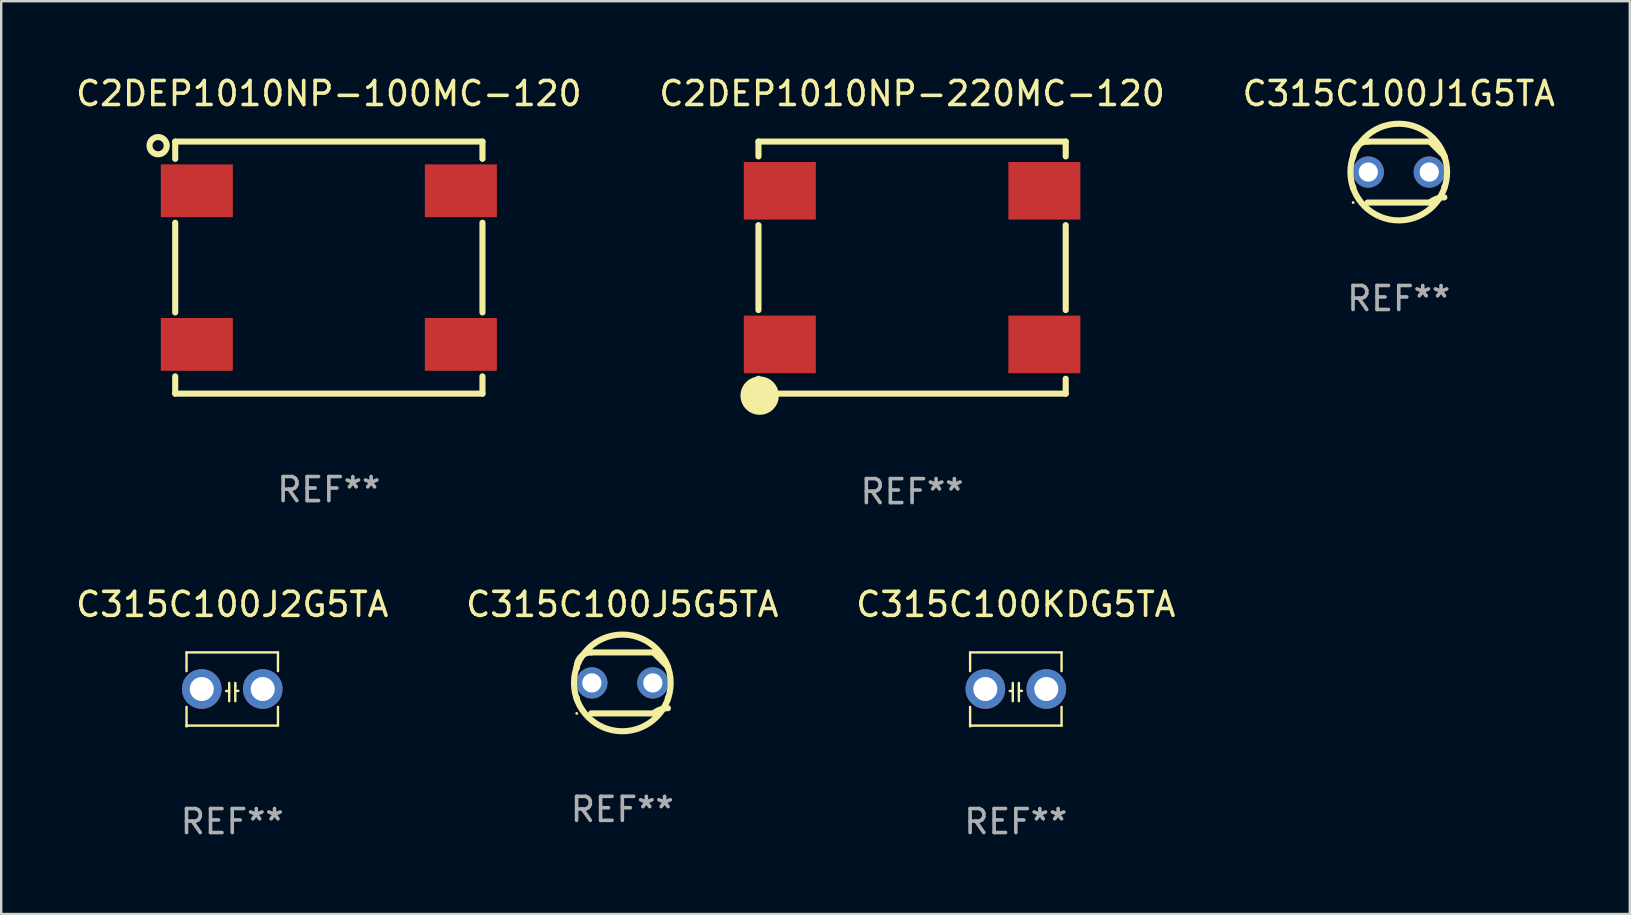
<source format=kicad_pcb>
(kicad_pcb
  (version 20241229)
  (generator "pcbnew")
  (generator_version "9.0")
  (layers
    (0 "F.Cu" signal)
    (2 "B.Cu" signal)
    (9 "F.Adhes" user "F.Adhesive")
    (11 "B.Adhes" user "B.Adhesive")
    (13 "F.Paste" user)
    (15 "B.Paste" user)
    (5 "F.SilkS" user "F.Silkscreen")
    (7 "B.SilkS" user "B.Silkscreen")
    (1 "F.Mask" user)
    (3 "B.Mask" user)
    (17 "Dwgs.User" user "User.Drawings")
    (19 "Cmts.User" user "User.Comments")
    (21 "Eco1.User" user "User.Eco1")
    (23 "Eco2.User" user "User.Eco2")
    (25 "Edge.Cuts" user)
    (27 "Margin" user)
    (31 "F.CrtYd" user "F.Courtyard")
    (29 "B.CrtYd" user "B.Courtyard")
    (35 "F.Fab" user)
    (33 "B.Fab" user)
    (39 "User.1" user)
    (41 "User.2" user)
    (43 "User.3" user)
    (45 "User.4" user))
  (footprint "C315C100J5G5TA"
    (layer "F.Cu")
    (at 22.875 25.399)
    (property "Reference" "C315C100J5G5TA" (at 0 -3.27 0) (layer "F.SilkS") (effects (font (size 1 1) (thickness 0.15))))
    (attr through_hole)
    (fp_line (start -1.9 -0.615) (end -1.9 -0.668) (stroke (width 0.254) (type solid)) (layer "F.SilkS"))
    (fp_line (start -1.9 0.668) (end -1.9 0.615) (stroke (width 0.254) (type solid)) (layer "F.SilkS"))
    (fp_line (start -1.298 1.27) (end 1.298 1.27) (stroke (width 0.254) (type solid)) (layer "F.SilkS"))
    (fp_line (start -1.298 -1.27) (end 1.298 -1.27) (stroke (width 0.254) (type solid)) (layer "F.SilkS"))
    (fp_line (start 1.9 -0.668) (end 1.9 -0.615) (stroke (width 0.254) (type solid)) (layer "F.SilkS"))
    (fp_line (start 1.9 0.615) (end 1.9 0.668) (stroke (width 0.254) (type solid)) (layer "F.SilkS"))
    (fp_arc (start -1.900025 0.667602) (mid 1.900003 -0.66758) (end -1.900025 0.667602) (stroke (width 0.254001) (type solid)) (layer "F.SilkS"))
    (fp_arc (start -1.9 -0.667602) (mid -1.723557 -1.093572) (end -1.297587 -1.270015) (stroke (width 0.254001) (type solid)) (layer "F.SilkS"))
    (fp_arc (start 1.297587 1.26999) (mid 1.579878 1.109027) (end 1.9 1.053172) (stroke (width 0.254001) (type solid)) (layer "F.SilkS"))
    (fp_arc (start 1.297611 -1.270042) (mid 1.598991 -0.969008) (end 1.900025 -0.667628) (stroke (width 0.254001) (type solid)) (layer "F.SilkS"))
    (fp_circle (center -1.9 1.27) (end -1.87 1.27) (stroke (width 0.06) (type solid)) (fill no) (layer "F.SilkS"))
    (fp_text user "REF**" (at 0 5.27 0) (layer "F.Fab") (effects (font (size 1 1) (thickness 0.15))))
    (pad "1" thru_hole circle (at -1.27 -0.000013) (size 1.3 1.3) (drill 0.8) (layers "*.Cu" "*.Mask"))
    (pad "2" thru_hole circle (at 1.27 -0.000013) (size 1.3 1.3) (drill 0.8) (layers "*.Cu" "*.Mask")))
  (footprint "C2DEP1010NP-100MC-120"
    (layer "F.Cu")
    (at 10.649 8.098)
    (property "Reference" "C2DEP1010NP-100MC-120" (at 0 -7.25 0) (layer "F.SilkS") (effects (font (size 1 1) (thickness 0.15))))
    (attr through_hole)
    (fp_line (start -6.4 -5.25) (end -6.4 -4.531) (stroke (width 0.254) (type solid)) (layer "F.SilkS"))
    (fp_line (start -6.4 -5.25) (end 6.4 -5.25) (stroke (width 0.254) (type solid)) (layer "F.SilkS"))
    (fp_line (start -6.4 -1.869) (end -6.4 1.869) (stroke (width 0.254) (type solid)) (layer "F.SilkS"))
    (fp_line (start -6.4 4.531) (end -6.4 5.25) (stroke (width 0.254) (type solid)) (layer "F.SilkS"))
    (fp_line (start 6.4 -4.531) (end 6.4 -5.25) (stroke (width 0.254) (type solid)) (layer "F.SilkS"))
    (fp_line (start 6.4 1.869) (end 6.4 -1.869) (stroke (width 0.254) (type solid)) (layer "F.SilkS"))
    (fp_line (start 6.4 5.25) (end -6.4 5.25) (stroke (width 0.254) (type solid)) (layer "F.SilkS"))
    (fp_line (start 6.4 5.25) (end 6.4 4.531) (stroke (width 0.254) (type solid)) (layer "F.SilkS"))
    (fp_circle (center -7.112 -5.08) (end -6.753 -5.08) (stroke (width 0.254) (type solid)) (fill no) (layer "F.SilkS"))
    (fp_circle (center -6.4 -5.25) (end -6.37 -5.25) (stroke (width 0.06) (type solid)) (fill no) (layer "F.SilkS"))
    (fp_text user "REF**" (at 0 9.25 0) (layer "F.Fab") (effects (font (size 1 1) (thickness 0.15))))
    (pad "1" smd rect (at -5.5 -3.2 90) (size 2.2 3) (layers "F.Cu" "F.Mask" "F.Paste"))
    (pad "2" smd rect (at -5.5 3.2 90) (size 2.2 3) (layers "F.Cu" "F.Mask" "F.Paste"))
    (pad "3" smd rect (at 5.5 3.2 90) (size 2.2 3) (layers "F.Cu" "F.Mask" "F.Paste"))
    (pad "4" smd rect (at 5.5 -3.2 90) (size 2.2 3) (layers "F.Cu" "F.Mask" "F.Paste")))
  (footprint "C315C100J2G5TA"
    (layer "F.Cu")
    (at 6.625 25.653)
    (property "Reference" "C315C100J2G5TA" (at 0 -3.524 0) (layer "F.SilkS") (effects (font (size 1 1) (thickness 0.15))))
    (attr through_hole)
    (fp_line (start -1.905 -1.524) (end -1.905 -0.745) (stroke (width 0.1) (type solid)) (layer "F.SilkS"))
    (fp_line (start -1.905 0.745) (end -1.905 1.524) (stroke (width 0.1) (type solid)) (layer "F.SilkS"))
    (fp_line (start -1.905 1.524) (end 1.905 1.524) (stroke (width 0.1) (type solid)) (layer "F.SilkS"))
    (fp_line (start -0.127 -0.254) (end -0.127 0.508) (stroke (width 0.1) (type solid)) (layer "F.SilkS"))
    (fp_line (start -0.127 0.082) (end -0.254 0.082) (stroke (width 0.1) (type solid)) (layer "F.SilkS"))
    (fp_line (start 0.127 -0.127) (end 0.127 -0.254) (stroke (width 0.1) (type solid)) (layer "F.SilkS"))
    (fp_line (start 0.127 -0.127) (end 0.127 0.508) (stroke (width 0.1) (type solid)) (layer "F.SilkS"))
    (fp_line (start 0.127 0.077) (end 0.254 0.077) (stroke (width 0.1) (type solid)) (layer "F.SilkS"))
    (fp_line (start 1.905 -1.524) (end -1.905 -1.524) (stroke (width 0.1) (type solid)) (layer "F.SilkS"))
    (fp_line (start 1.905 -0.745) (end 1.905 -1.524) (stroke (width 0.1) (type solid)) (layer "F.SilkS"))
    (fp_line (start 1.905 1.524) (end 1.905 0.745) (stroke (width 0.1) (type solid)) (layer "F.SilkS"))
    (fp_circle (center -1.9 1.55) (end -1.87 1.55) (stroke (width 0.06) (type solid)) (fill no) (layer "F.SilkS"))
    (fp_text user "REF**" (at 0 5.524 0) (layer "F.Fab") (effects (font (size 1 1) (thickness 0.15))))
    (pad "1" thru_hole circle (at -1.27 0) (size 1.65 1.65) (drill 1) (layers "*.Cu" "*.Mask"))
    (pad "2" thru_hole circle (at 1.27 0) (size 1.65 1.65) (drill 1) (layers "*.Cu" "*.Mask")))
  (footprint "C315C100J1G5TA"
    (layer "F.Cu")
    (at 55.22 4.118)
    (property "Reference" "C315C100J1G5TA" (at 0 -3.27 0) (layer "F.SilkS") (effects (font (size 1 1) (thickness 0.15))))
    (attr through_hole)
    (fp_line (start -1.9 -0.615) (end -1.9 -0.668) (stroke (width 0.254) (type solid)) (layer "F.SilkS"))
    (fp_line (start -1.9 0.668) (end -1.9 0.615) (stroke (width 0.254) (type solid)) (layer "F.SilkS"))
    (fp_line (start -1.298 1.27) (end 1.298 1.27) (stroke (width 0.254) (type solid)) (layer "F.SilkS"))
    (fp_line (start -1.298 -1.27) (end 1.298 -1.27) (stroke (width 0.254) (type solid)) (layer "F.SilkS"))
    (fp_line (start 1.9 -0.668) (end 1.9 -0.615) (stroke (width 0.254) (type solid)) (layer "F.SilkS"))
    (fp_line (start 1.9 0.615) (end 1.9 0.668) (stroke (width 0.254) (type solid)) (layer "F.SilkS"))
    (fp_arc (start -1.900025 0.667602) (mid 1.900003 -0.66758) (end -1.900025 0.667602) (stroke (width 0.254001) (type solid)) (layer "F.SilkS"))
    (fp_arc (start -1.9 -0.667602) (mid -1.723557 -1.093572) (end -1.297587 -1.270015) (stroke (width 0.254001) (type solid)) (layer "F.SilkS"))
    (fp_arc (start 1.297587 1.26999) (mid 1.579878 1.109027) (end 1.9 1.053172) (stroke (width 0.254001) (type solid)) (layer "F.SilkS"))
    (fp_arc (start 1.297611 -1.270042) (mid 1.598991 -0.969008) (end 1.900025 -0.667628) (stroke (width 0.254001) (type solid)) (layer "F.SilkS"))
    (fp_circle (center -1.9 1.27) (end -1.87 1.27) (stroke (width 0.06) (type solid)) (fill no) (layer "F.SilkS"))
    (fp_text user "REF**" (at 0 5.27 0) (layer "F.Fab") (effects (font (size 1 1) (thickness 0.15))))
    (pad "1" thru_hole circle (at -1.27 -0.000013) (size 1.3 1.3) (drill 0.8) (layers "*.Cu" "*.Mask"))
    (pad "2" thru_hole circle (at 1.27 -0.000013) (size 1.3 1.3) (drill 0.8) (layers "*.Cu" "*.Mask")))
  (footprint "C315C100KDG5TA"
    (layer "F.Cu")
    (at 39.268 25.653)
    (property "Reference" "C315C100KDG5TA" (at 0 -3.524 0) (layer "F.SilkS") (effects (font (size 1 1) (thickness 0.15))))
    (attr through_hole)
    (fp_line (start -1.905 -1.524) (end -1.905 -0.745) (stroke (width 0.1) (type solid)) (layer "F.SilkS"))
    (fp_line (start -1.905 0.745) (end -1.905 1.524) (stroke (width 0.1) (type solid)) (layer "F.SilkS"))
    (fp_line (start -1.905 1.524) (end 1.905 1.524) (stroke (width 0.1) (type solid)) (layer "F.SilkS"))
    (fp_line (start -0.127 -0.254) (end -0.127 0.508) (stroke (width 0.1) (type solid)) (layer "F.SilkS"))
    (fp_line (start -0.127 0.082) (end -0.254 0.082) (stroke (width 0.1) (type solid)) (layer "F.SilkS"))
    (fp_line (start 0.127 -0.127) (end 0.127 -0.254) (stroke (width 0.1) (type solid)) (layer "F.SilkS"))
    (fp_line (start 0.127 -0.127) (end 0.127 0.508) (stroke (width 0.1) (type solid)) (layer "F.SilkS"))
    (fp_line (start 0.127 0.077) (end 0.254 0.077) (stroke (width 0.1) (type solid)) (layer "F.SilkS"))
    (fp_line (start 1.905 -1.524) (end -1.905 -1.524) (stroke (width 0.1) (type solid)) (layer "F.SilkS"))
    (fp_line (start 1.905 -0.745) (end 1.905 -1.524) (stroke (width 0.1) (type solid)) (layer "F.SilkS"))
    (fp_line (start 1.905 1.524) (end 1.905 0.745) (stroke (width 0.1) (type solid)) (layer "F.SilkS"))
    (fp_circle (center -1.9 1.55) (end -1.87 1.55) (stroke (width 0.06) (type solid)) (fill no) (layer "F.SilkS"))
    (fp_text user "REF**" (at 0 5.524 0) (layer "F.Fab") (effects (font (size 1 1) (thickness 0.15))))
    (pad "1" thru_hole circle (at -1.27 0) (size 1.65 1.65) (drill 1) (layers "*.Cu" "*.Mask"))
    (pad "2" thru_hole circle (at 1.27 0) (size 1.65 1.65) (drill 1) (layers "*.Cu" "*.Mask")))
  (footprint "C2DEP1010NP-220MC-120"
    (layer "F.Cu")
    (at 34.946 8.14)
    (property "Reference" "C2DEP1010NP-220MC-120" (at 0 -7.292 0) (layer "F.SilkS") (effects (font (size 1 1) (thickness 0.15))))
    (attr through_hole)
    (fp_line (start -6.4 -5.292) (end -6.4 -4.673) (stroke (width 0.254) (type solid)) (layer "F.SilkS"))
    (fp_line (start -6.4 -5.292) (end 6.4 -5.292) (stroke (width 0.254) (type solid)) (layer "F.SilkS"))
    (fp_line (start -6.4 -1.811) (end -6.4 1.727) (stroke (width 0.254) (type solid)) (layer "F.SilkS"))
    (fp_line (start -6.4 4.589) (end -6.4 5.242) (stroke (width 0.254) (type solid)) (layer "F.SilkS"))
    (fp_line (start -6.4 5.242) (end -6.35 5.292) (stroke (width 0.254) (type solid)) (layer "F.SilkS"))
    (fp_line (start 6.4 -4.673) (end 6.4 -5.292) (stroke (width 0.254) (type solid)) (layer "F.SilkS"))
    (fp_line (start 6.4 1.727) (end 6.4 -1.811) (stroke (width 0.254) (type solid)) (layer "F.SilkS"))
    (fp_line (start 6.4 5.208) (end -6.4 5.208) (stroke (width 0.254) (type solid)) (layer "F.SilkS"))
    (fp_line (start 6.4 5.208) (end 6.4 4.589) (stroke (width 0.254) (type solid)) (layer "F.SilkS"))
    (fp_circle (center -6.4 5.208) (end -6.37 5.208) (stroke (width 0.06) (type solid)) (fill no) (layer "F.SilkS"))
    (fp_circle (center -6.35 5.292) (end -5.95 5.292) (stroke (width 0.8) (type solid)) (fill no) (layer "F.SilkS"))
    (fp_text user "REF**" (at 0 9.292 0) (layer "F.Fab") (effects (font (size 1 1) (thickness 0.15))))
    (pad "1" smd rect (at -5.51 3.158) (size 3 2.4) (layers "F.Cu" "F.Mask" "F.Paste"))
    (pad "2" smd rect (at -5.51 -3.242) (size 3 2.4) (layers "F.Cu" "F.Mask" "F.Paste"))
    (pad "3" smd rect (at 5.51 -3.242) (size 3 2.4) (layers "F.Cu" "F.Mask" "F.Paste"))
    (pad "4" smd rect (at 5.51 3.158) (size 3 2.4) (layers "F.Cu" "F.Mask" "F.Paste")))
  (gr_rect
    (start -3 -3)
    (end 64.845 35.025)
    (stroke (width 0.1) (type default))
    (fill no)
    (layer "Edge.Cuts")))
</source>
